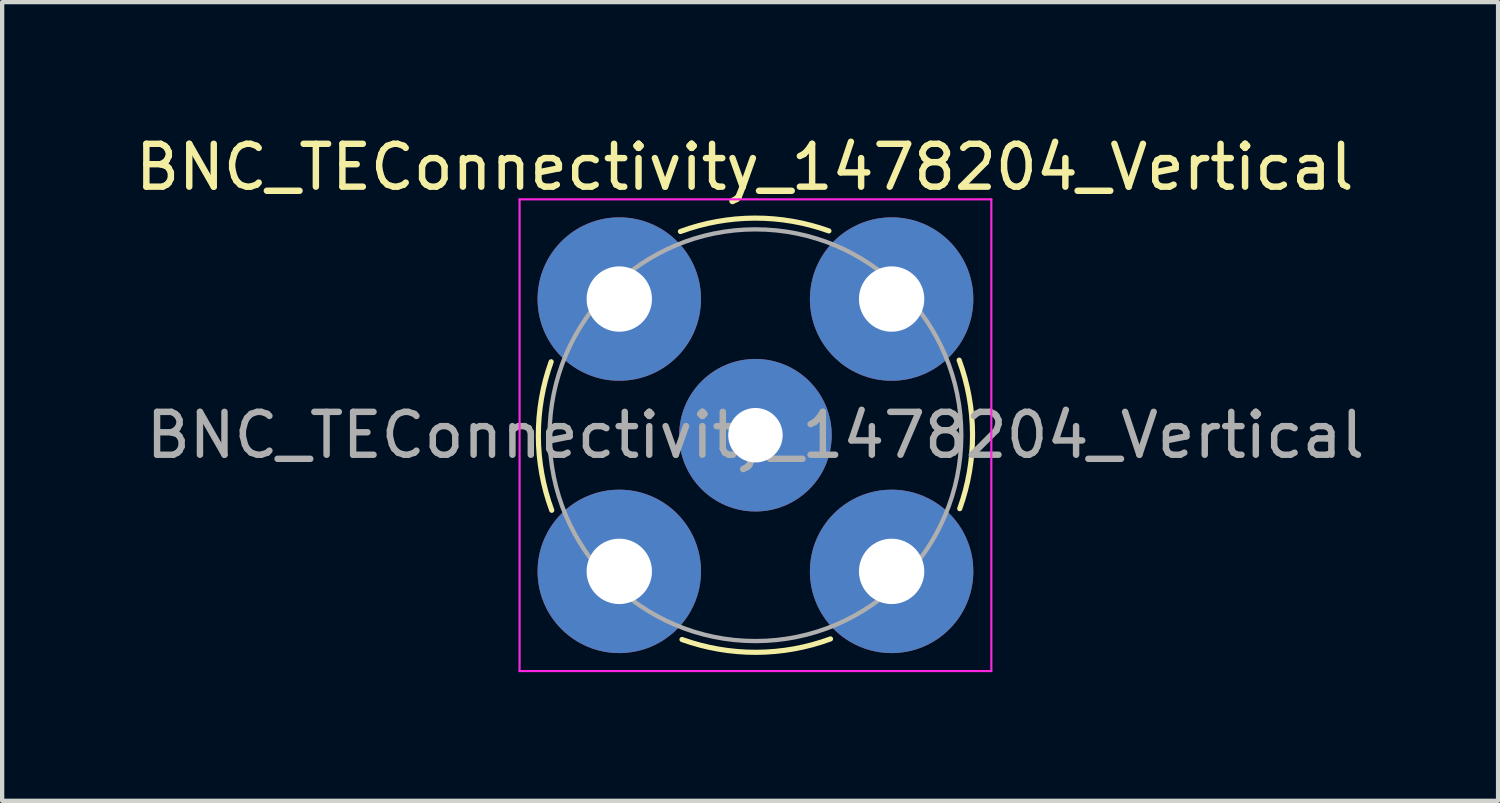
<source format=kicad_pcb>
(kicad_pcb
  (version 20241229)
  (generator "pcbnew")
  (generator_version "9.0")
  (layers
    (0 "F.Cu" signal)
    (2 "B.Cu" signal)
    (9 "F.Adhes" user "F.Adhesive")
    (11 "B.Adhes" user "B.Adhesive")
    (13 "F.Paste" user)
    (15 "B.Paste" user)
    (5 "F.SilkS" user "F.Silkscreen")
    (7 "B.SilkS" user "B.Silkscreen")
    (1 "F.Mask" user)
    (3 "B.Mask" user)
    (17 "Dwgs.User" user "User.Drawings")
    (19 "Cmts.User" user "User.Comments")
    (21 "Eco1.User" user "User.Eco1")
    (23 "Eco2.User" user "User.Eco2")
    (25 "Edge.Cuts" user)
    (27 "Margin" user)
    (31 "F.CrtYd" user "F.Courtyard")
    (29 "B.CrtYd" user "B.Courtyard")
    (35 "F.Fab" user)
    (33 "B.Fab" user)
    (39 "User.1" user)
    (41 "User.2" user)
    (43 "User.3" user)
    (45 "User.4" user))
  (footprint "BNC_TEConnectivity_1478204_Vertical"
    (layer "F.Cu")
    (at 14.565 7.098)
    (property "Reference" "BNC_TEConnectivity_1478204_Vertical" (at -0.25 -6.25 0) (layer "F.SilkS") (effects (font (size 1 1) (thickness 0.15))))
    (attr through_hole)
    (fp_arc (start -4.75 1.75) (mid -5.062075 0.019867) (end -4.763589 -1.712663) (stroke (width 0.12) (type solid)) (layer "F.SilkS"))
    (fp_arc (start -1.75 -4.75) (mid -0.019867 -5.062075) (end 1.712663 -4.763589) (stroke (width 0.12) (type solid)) (layer "F.SilkS"))
    (fp_arc (start 1.75 4.75) (mid 0.019867 5.062075) (end -1.712663 4.763589) (stroke (width 0.12) (type solid)) (layer "F.SilkS"))
    (fp_arc (start 4.75 -1.75) (mid 5.062075 -0.019867) (end 4.763589 1.712663) (stroke (width 0.12) (type solid)) (layer "F.SilkS"))
    (fp_line (start -5.5 -5.5) (end 5.5 -5.5) (stroke (width 0.05) (type solid)) (layer "F.CrtYd"))
    (fp_line (start -5.5 5.5) (end -5.5 -5.5) (stroke (width 0.05) (type solid)) (layer "F.CrtYd"))
    (fp_line (start 5.5 -5.5) (end 5.5 5.5) (stroke (width 0.05) (type solid)) (layer "F.CrtYd"))
    (fp_line (start 5.5 5.5) (end -5.5 5.5) (stroke (width 0.05) (type solid)) (layer "F.CrtYd"))
    (fp_circle (center 0 0) (end 4.8 0) (stroke (width 0.1) (type solid)) (fill no) (layer "F.Fab"))
    (fp_text user "${REFERENCE}" (at 0 0 0) (layer "F.Fab") (effects (font (size 1 1) (thickness 0.15))))
    (pad "1" thru_hole circle (at 0 0) (size 3.556 3.556) (drill 1.27) (layers "*.Cu" "*.Mask"))
    (pad "2" thru_hole circle (at -3.175 -3.175) (size 3.81 3.81) (drill 1.524) (layers "*.Cu" "*.Mask"))
    (pad "2" thru_hole circle (at -3.175 3.175) (size 3.81 3.81) (drill 1.524) (layers "*.Cu" "*.Mask"))
    (pad "2" thru_hole circle (at 3.175 -3.175) (size 3.81 3.81) (drill 1.524) (layers "*.Cu" "*.Mask"))
    (pad "2" thru_hole circle (at 3.175 3.175) (size 3.81 3.81) (drill 1.524) (layers "*.Cu" "*.Mask")))
  (gr_rect
    (start -3 -3)
    (end 31.881 15.623)
    (stroke (width 0.1) (type default))
    (fill no)
    (layer "Edge.Cuts")))
</source>
